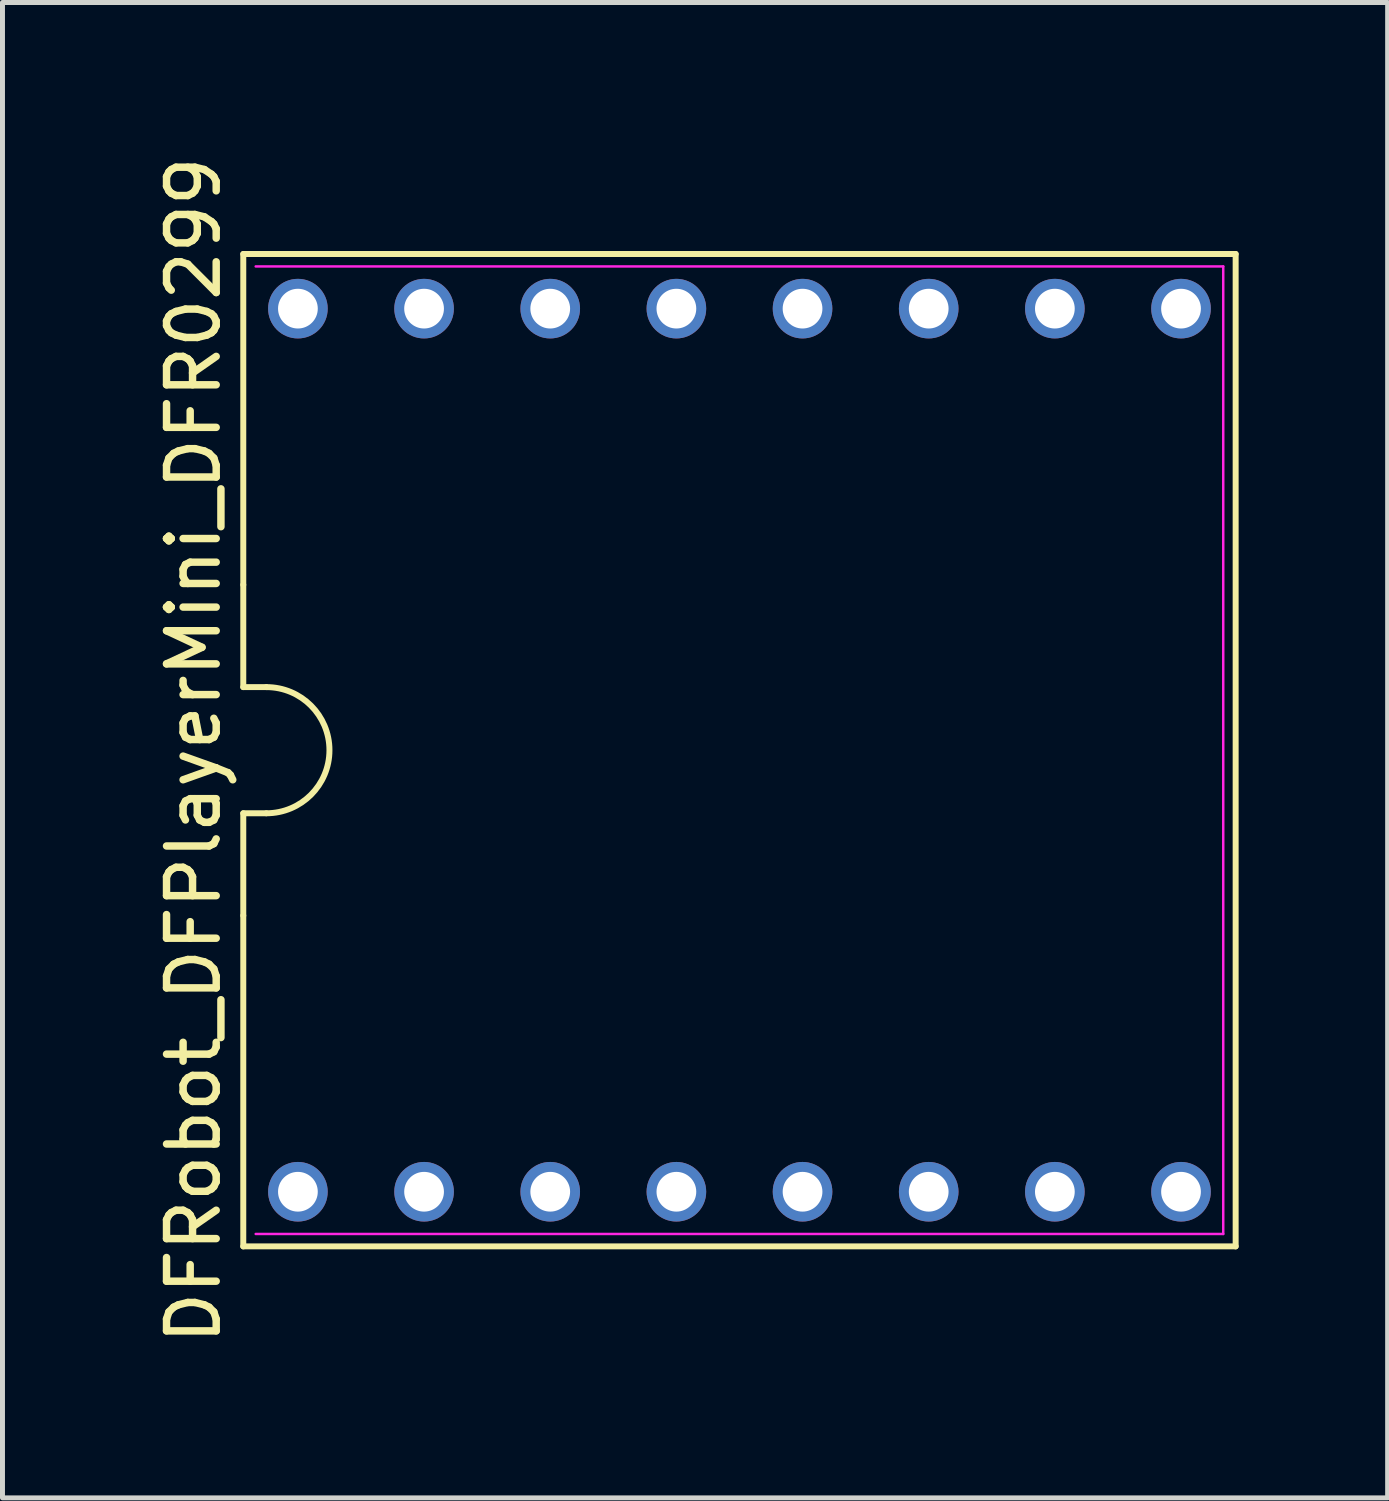
<source format=kicad_pcb>
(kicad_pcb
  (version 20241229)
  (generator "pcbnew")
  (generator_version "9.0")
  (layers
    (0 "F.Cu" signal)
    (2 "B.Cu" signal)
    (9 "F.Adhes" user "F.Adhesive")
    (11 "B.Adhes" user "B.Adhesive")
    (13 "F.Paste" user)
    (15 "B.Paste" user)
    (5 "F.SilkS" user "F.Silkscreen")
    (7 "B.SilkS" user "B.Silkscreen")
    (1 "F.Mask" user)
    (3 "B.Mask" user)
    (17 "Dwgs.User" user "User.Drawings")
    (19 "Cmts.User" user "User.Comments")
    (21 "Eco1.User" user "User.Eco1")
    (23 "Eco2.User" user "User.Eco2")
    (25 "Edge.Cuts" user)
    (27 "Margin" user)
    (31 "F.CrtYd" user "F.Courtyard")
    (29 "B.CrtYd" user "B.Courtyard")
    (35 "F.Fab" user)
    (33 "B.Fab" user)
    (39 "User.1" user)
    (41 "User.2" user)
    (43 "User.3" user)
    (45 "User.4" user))
  (footprint "DFRobot_DFPlayerMini_DFR0299"
    (layer "F.Cu")
    (at 11.838 12.054)
    (property "Reference" "DFRobot_DFPlayerMini_DFR0299" (at -10.99 0 90) (layer "F.SilkS") (effects (font (size 1 1) (thickness 0.15))))
    (attr through_hole)
    (fp_line (start -9.99 -9.99) (end -9.99 -3.33) (stroke (width 0.12) (type solid)) (layer "F.SilkS"))
    (fp_line (start -9.99 -3.33) (end -9.99 -1.27) (stroke (width 0.12) (type solid)) (layer "F.SilkS"))
    (fp_line (start -9.99 -1.27) (end -9.525 -1.27) (stroke (width 0.12) (type solid)) (layer "F.SilkS"))
    (fp_line (start -9.99 1.27) (end -9.525 1.27) (stroke (width 0.12) (type solid)) (layer "F.SilkS"))
    (fp_line (start -9.99 3.33) (end -9.99 1.27) (stroke (width 0.12) (type solid)) (layer "F.SilkS"))
    (fp_line (start -9.99 3.33) (end -9.99 9.99) (stroke (width 0.12) (type solid)) (layer "F.SilkS"))
    (fp_line (start -9.99 9.99) (end 9.99 9.99) (stroke (width 0.12) (type solid)) (layer "F.SilkS"))
    (fp_line (start 9.99 -9.99) (end -9.99 -9.99) (stroke (width 0.12) (type solid)) (layer "F.SilkS"))
    (fp_line (start 9.99 9.99) (end 9.99 -9.99) (stroke (width 0.12) (type solid)) (layer "F.SilkS"))
    (fp_arc (start -9.525 -1.27) (mid -8.255 0) (end -9.525 1.27) (stroke (width 0.12) (type solid)) (layer "F.SilkS"))
    (fp_line (start -9.74 -9.74) (end 9.74 -9.74) (stroke (width 0.05) (type solid)) (layer "F.CrtYd"))
    (fp_line (start 9.74 -9.74) (end 9.74 9.74) (stroke (width 0.05) (type solid)) (layer "F.CrtYd"))
    (fp_line (start 9.74 9.74) (end -9.74 9.74) (stroke (width 0.05) (type solid)) (layer "F.CrtYd"))
    (pad "1" thru_hole circle (at -8.89 8.89) (size 1.2 1.2) (drill 0.8) (layers "*.Cu" "*.Mask"))
    (pad "2" thru_hole circle (at -6.35 8.89) (size 1.2 1.2) (drill 0.8) (layers "*.Cu" "*.Mask"))
    (pad "3" thru_hole circle (at -3.81 8.89) (size 1.2 1.2) (drill 0.8) (layers "*.Cu" "*.Mask"))
    (pad "4" thru_hole circle (at -1.27 8.89) (size 1.2 1.2) (drill 0.8) (layers "*.Cu" "*.Mask"))
    (pad "5" thru_hole circle (at 1.27 8.89) (size 1.2 1.2) (drill 0.8) (layers "*.Cu" "*.Mask"))
    (pad "6" thru_hole circle (at 3.81 8.89) (size 1.2 1.2) (drill 0.8) (layers "*.Cu" "*.Mask"))
    (pad "7" thru_hole circle (at 6.35 8.89) (size 1.2 1.2) (drill 0.8) (layers "*.Cu" "*.Mask"))
    (pad "8" thru_hole circle (at 8.89 8.89) (size 1.2 1.2) (drill 0.8) (layers "*.Cu" "*.Mask"))
    (pad "9" thru_hole circle (at 8.89 -8.89) (size 1.2 1.2) (drill 0.8) (layers "*.Cu" "*.Mask"))
    (pad "10" thru_hole circle (at 6.35 -8.89) (size 1.2 1.2) (drill 0.8) (layers "*.Cu" "*.Mask"))
    (pad "11" thru_hole circle (at 3.81 -8.89) (size 1.2 1.2) (drill 0.8) (layers "*.Cu" "*.Mask"))
    (pad "12" thru_hole circle (at 1.27 -8.89) (size 1.2 1.2) (drill 0.8) (layers "*.Cu" "*.Mask"))
    (pad "13" thru_hole circle (at -1.27 -8.89) (size 1.2 1.2) (drill 0.8) (layers "*.Cu" "*.Mask"))
    (pad "14" thru_hole circle (at -3.81 -8.89) (size 1.2 1.2) (drill 0.8) (layers "*.Cu" "*.Mask"))
    (pad "15" thru_hole circle (at -6.35 -8.89) (size 1.2 1.2) (drill 0.8) (layers "*.Cu" "*.Mask"))
    (pad "16" thru_hole circle (at -8.89 -8.89) (size 1.2 1.2) (drill 0.8) (layers "*.Cu" "*.Mask")))
  (gr_rect
    (start -3 -3)
    (end 24.888 27.107)
    (stroke (width 0.1) (type default))
    (fill no)
    (layer "Edge.Cuts")))
</source>
